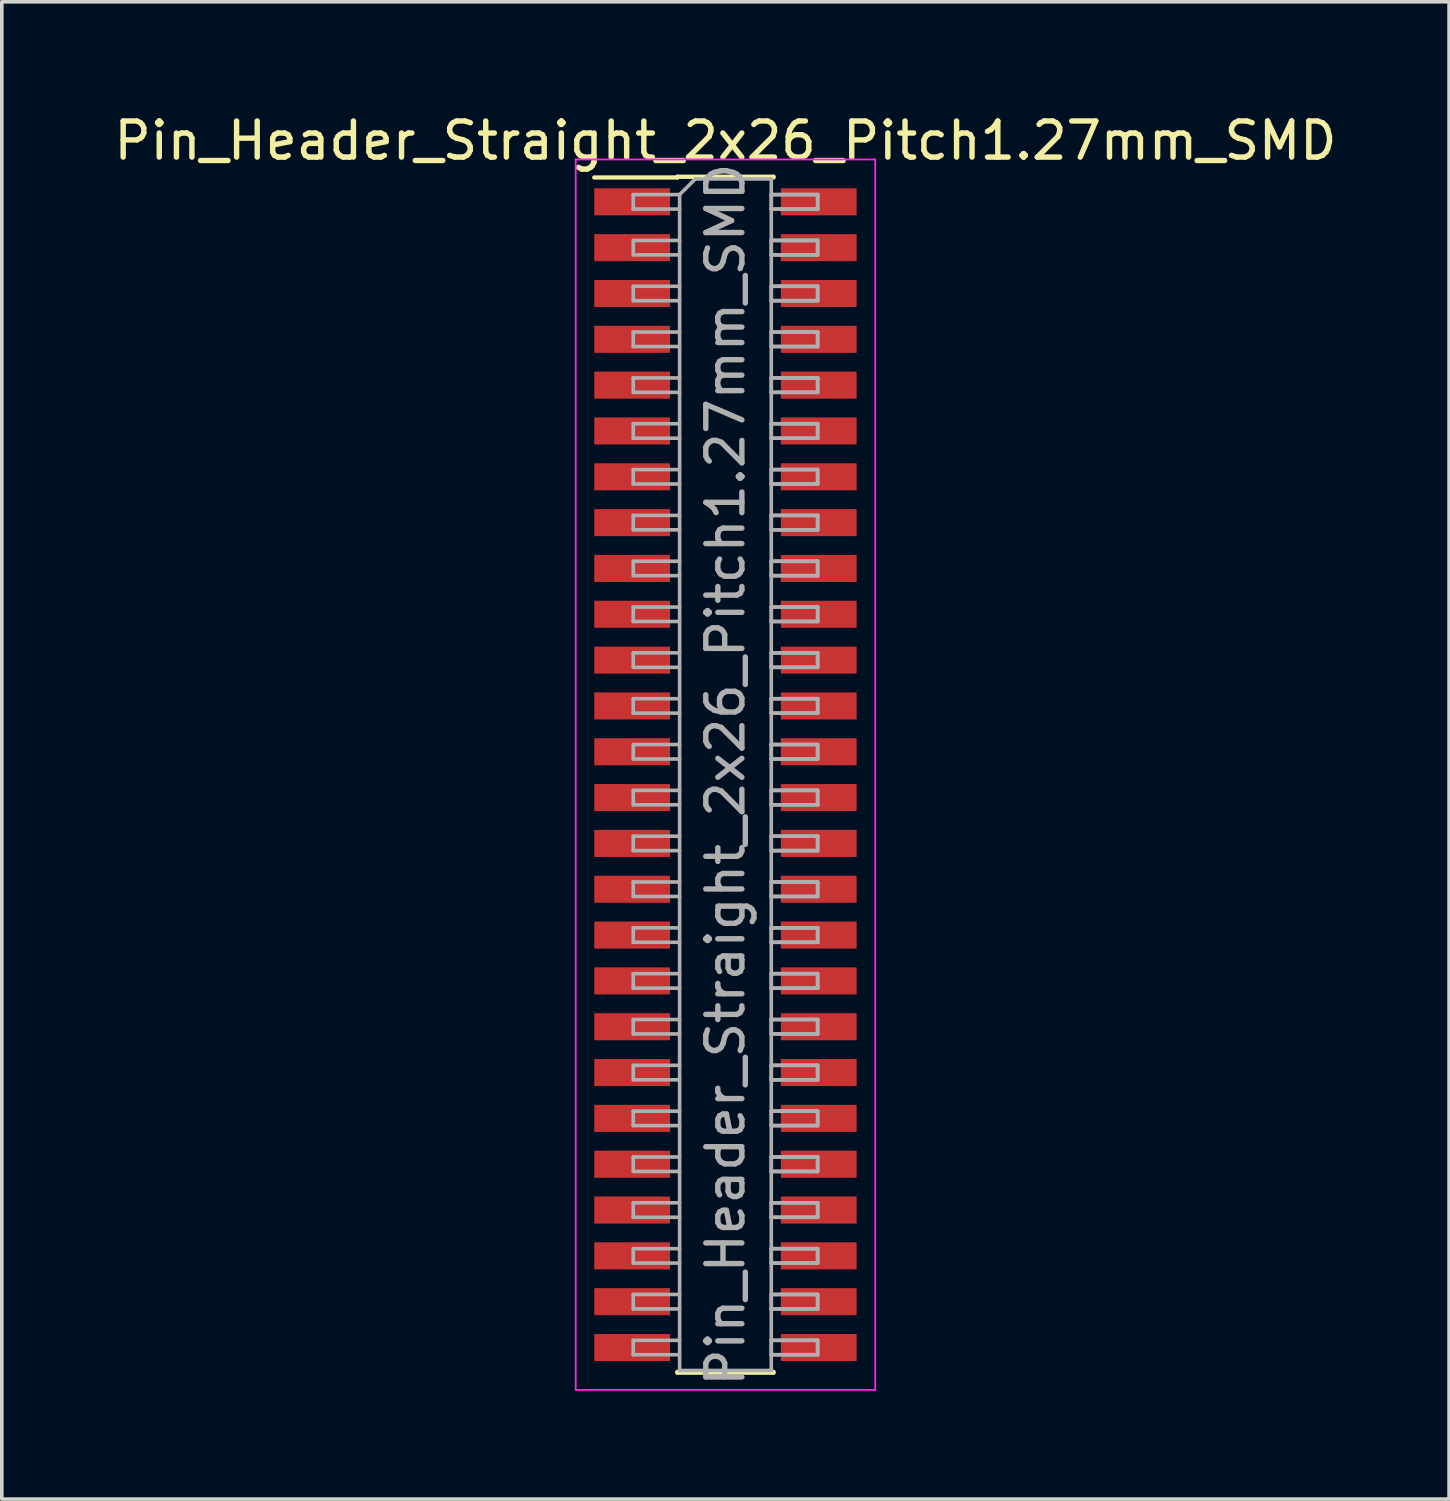
<source format=kicad_pcb>
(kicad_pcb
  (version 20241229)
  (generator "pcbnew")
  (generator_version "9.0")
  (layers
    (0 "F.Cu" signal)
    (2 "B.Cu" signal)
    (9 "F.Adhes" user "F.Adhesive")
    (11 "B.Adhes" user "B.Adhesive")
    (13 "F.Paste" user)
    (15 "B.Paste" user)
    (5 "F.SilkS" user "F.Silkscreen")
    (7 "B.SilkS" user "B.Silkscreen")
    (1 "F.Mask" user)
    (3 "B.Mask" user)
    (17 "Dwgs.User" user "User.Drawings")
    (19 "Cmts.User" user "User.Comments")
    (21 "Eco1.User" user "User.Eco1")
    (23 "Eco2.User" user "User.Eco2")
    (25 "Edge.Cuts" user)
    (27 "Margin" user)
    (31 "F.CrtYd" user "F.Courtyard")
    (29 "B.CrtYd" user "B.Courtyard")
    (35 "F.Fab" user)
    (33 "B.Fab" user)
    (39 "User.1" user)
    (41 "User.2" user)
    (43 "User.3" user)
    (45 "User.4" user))
  (footprint "Pin_Header_Straight_2x26_Pitch1.27mm_SMD"
    (layer "F.Cu")
    (at 17.054 18.418)
    (property "Reference" "Pin_Header_Straight_2x26_Pitch1.27mm_SMD" (at 0 -17.57 0) (layer "F.SilkS") (effects (font (size 1 1) (thickness 0.15))))
    (attr smd)
    (fp_line (start -3.635 -16.55) (end -1.33 -16.55) (stroke (width 0.12) (type solid)) (layer "F.SilkS"))
    (fp_line (start -1.33 -16.57) (end 1.33 -16.57) (stroke (width 0.12) (type solid)) (layer "F.SilkS"))
    (fp_line (start -1.33 -16.55) (end -1.33 -16.57) (stroke (width 0.12) (type solid)) (layer "F.SilkS"))
    (fp_line (start -1.33 16.55) (end -1.33 16.57) (stroke (width 0.12) (type solid)) (layer "F.SilkS"))
    (fp_line (start -1.33 16.57) (end 1.33 16.57) (stroke (width 0.12) (type solid)) (layer "F.SilkS"))
    (fp_line (start 1.33 -16.57) (end 1.33 -16.55) (stroke (width 0.12) (type solid)) (layer "F.SilkS"))
    (fp_line (start 1.33 16.57) (end 1.33 16.55) (stroke (width 0.12) (type solid)) (layer "F.SilkS"))
    (fp_line (start -4.15 -17.05) (end -4.15 17.05) (stroke (width 0.05) (type solid)) (layer "F.CrtYd"))
    (fp_line (start -4.15 17.05) (end 4.15 17.05) (stroke (width 0.05) (type solid)) (layer "F.CrtYd"))
    (fp_line (start 4.15 -17.05) (end -4.15 -17.05) (stroke (width 0.05) (type solid)) (layer "F.CrtYd"))
    (fp_line (start 4.15 17.05) (end 4.15 -17.05) (stroke (width 0.05) (type solid)) (layer "F.CrtYd"))
    (fp_line (start -2.555 -16.075) (end -2.555 -15.675) (stroke (width 0.1) (type solid)) (layer "F.Fab"))
    (fp_line (start -2.555 -15.675) (end -1.27 -15.675) (stroke (width 0.1) (type solid)) (layer "F.Fab"))
    (fp_line (start -2.555 -14.805) (end -2.555 -14.405) (stroke (width 0.1) (type solid)) (layer "F.Fab"))
    (fp_line (start -2.555 -14.405) (end -1.27 -14.405) (stroke (width 0.1) (type solid)) (layer "F.Fab"))
    (fp_line (start -2.555 -13.535) (end -2.555 -13.135) (stroke (width 0.1) (type solid)) (layer "F.Fab"))
    (fp_line (start -2.555 -13.135) (end -1.27 -13.135) (stroke (width 0.1) (type solid)) (layer "F.Fab"))
    (fp_line (start -2.555 -12.265) (end -2.555 -11.865) (stroke (width 0.1) (type solid)) (layer "F.Fab"))
    (fp_line (start -2.555 -11.865) (end -1.27 -11.865) (stroke (width 0.1) (type solid)) (layer "F.Fab"))
    (fp_line (start -2.555 -10.995) (end -2.555 -10.595) (stroke (width 0.1) (type solid)) (layer "F.Fab"))
    (fp_line (start -2.555 -10.595) (end -1.27 -10.595) (stroke (width 0.1) (type solid)) (layer "F.Fab"))
    (fp_line (start -2.555 -9.725) (end -2.555 -9.325) (stroke (width 0.1) (type solid)) (layer "F.Fab"))
    (fp_line (start -2.555 -9.325) (end -1.27 -9.325) (stroke (width 0.1) (type solid)) (layer "F.Fab"))
    (fp_line (start -2.555 -8.455) (end -2.555 -8.055) (stroke (width 0.1) (type solid)) (layer "F.Fab"))
    (fp_line (start -2.555 -8.055) (end -1.27 -8.055) (stroke (width 0.1) (type solid)) (layer "F.Fab"))
    (fp_line (start -2.555 -7.185) (end -2.555 -6.785) (stroke (width 0.1) (type solid)) (layer "F.Fab"))
    (fp_line (start -2.555 -6.785) (end -1.27 -6.785) (stroke (width 0.1) (type solid)) (layer "F.Fab"))
    (fp_line (start -2.555 -5.915) (end -2.555 -5.515) (stroke (width 0.1) (type solid)) (layer "F.Fab"))
    (fp_line (start -2.555 -5.515) (end -1.27 -5.515) (stroke (width 0.1) (type solid)) (layer "F.Fab"))
    (fp_line (start -2.555 -4.645) (end -2.555 -4.245) (stroke (width 0.1) (type solid)) (layer "F.Fab"))
    (fp_line (start -2.555 -4.245) (end -1.27 -4.245) (stroke (width 0.1) (type solid)) (layer "F.Fab"))
    (fp_line (start -2.555 -3.375) (end -2.555 -2.975) (stroke (width 0.1) (type solid)) (layer "F.Fab"))
    (fp_line (start -2.555 -2.975) (end -1.27 -2.975) (stroke (width 0.1) (type solid)) (layer "F.Fab"))
    (fp_line (start -2.555 -2.105) (end -2.555 -1.705) (stroke (width 0.1) (type solid)) (layer "F.Fab"))
    (fp_line (start -2.555 -1.705) (end -1.27 -1.705) (stroke (width 0.1) (type solid)) (layer "F.Fab"))
    (fp_line (start -2.555 -0.835) (end -2.555 -0.435) (stroke (width 0.1) (type solid)) (layer "F.Fab"))
    (fp_line (start -2.555 -0.435) (end -1.27 -0.435) (stroke (width 0.1) (type solid)) (layer "F.Fab"))
    (fp_line (start -2.555 0.435) (end -2.555 0.835) (stroke (width 0.1) (type solid)) (layer "F.Fab"))
    (fp_line (start -2.555 0.835) (end -1.27 0.835) (stroke (width 0.1) (type solid)) (layer "F.Fab"))
    (fp_line (start -2.555 1.705) (end -2.555 2.105) (stroke (width 0.1) (type solid)) (layer "F.Fab"))
    (fp_line (start -2.555 2.105) (end -1.27 2.105) (stroke (width 0.1) (type solid)) (layer "F.Fab"))
    (fp_line (start -2.555 2.975) (end -2.555 3.375) (stroke (width 0.1) (type solid)) (layer "F.Fab"))
    (fp_line (start -2.555 3.375) (end -1.27 3.375) (stroke (width 0.1) (type solid)) (layer "F.Fab"))
    (fp_line (start -2.555 4.245) (end -2.555 4.645) (stroke (width 0.1) (type solid)) (layer "F.Fab"))
    (fp_line (start -2.555 4.645) (end -1.27 4.645) (stroke (width 0.1) (type solid)) (layer "F.Fab"))
    (fp_line (start -2.555 5.515) (end -2.555 5.915) (stroke (width 0.1) (type solid)) (layer "F.Fab"))
    (fp_line (start -2.555 5.915) (end -1.27 5.915) (stroke (width 0.1) (type solid)) (layer "F.Fab"))
    (fp_line (start -2.555 6.785) (end -2.555 7.185) (stroke (width 0.1) (type solid)) (layer "F.Fab"))
    (fp_line (start -2.555 7.185) (end -1.27 7.185) (stroke (width 0.1) (type solid)) (layer "F.Fab"))
    (fp_line (start -2.555 8.055) (end -2.555 8.455) (stroke (width 0.1) (type solid)) (layer "F.Fab"))
    (fp_line (start -2.555 8.455) (end -1.27 8.455) (stroke (width 0.1) (type solid)) (layer "F.Fab"))
    (fp_line (start -2.555 9.325) (end -2.555 9.725) (stroke (width 0.1) (type solid)) (layer "F.Fab"))
    (fp_line (start -2.555 9.725) (end -1.27 9.725) (stroke (width 0.1) (type solid)) (layer "F.Fab"))
    (fp_line (start -2.555 10.595) (end -2.555 10.995) (stroke (width 0.1) (type solid)) (layer "F.Fab"))
    (fp_line (start -2.555 10.995) (end -1.27 10.995) (stroke (width 0.1) (type solid)) (layer "F.Fab"))
    (fp_line (start -2.555 11.865) (end -2.555 12.265) (stroke (width 0.1) (type solid)) (layer "F.Fab"))
    (fp_line (start -2.555 12.265) (end -1.27 12.265) (stroke (width 0.1) (type solid)) (layer "F.Fab"))
    (fp_line (start -2.555 13.135) (end -2.555 13.535) (stroke (width 0.1) (type solid)) (layer "F.Fab"))
    (fp_line (start -2.555 13.535) (end -1.27 13.535) (stroke (width 0.1) (type solid)) (layer "F.Fab"))
    (fp_line (start -2.555 14.405) (end -2.555 14.805) (stroke (width 0.1) (type solid)) (layer "F.Fab"))
    (fp_line (start -2.555 14.805) (end -1.27 14.805) (stroke (width 0.1) (type solid)) (layer "F.Fab"))
    (fp_line (start -2.555 15.675) (end -2.555 16.075) (stroke (width 0.1) (type solid)) (layer "F.Fab"))
    (fp_line (start -2.555 16.075) (end -1.27 16.075) (stroke (width 0.1) (type solid)) (layer "F.Fab"))
    (fp_line (start -1.27 -16.075) (end -2.555 -16.075) (stroke (width 0.1) (type solid)) (layer "F.Fab"))
    (fp_line (start -1.27 -16.075) (end -0.835 -16.51) (stroke (width 0.1) (type solid)) (layer "F.Fab"))
    (fp_line (start -1.27 -14.805) (end -2.555 -14.805) (stroke (width 0.1) (type solid)) (layer "F.Fab"))
    (fp_line (start -1.27 -13.535) (end -2.555 -13.535) (stroke (width 0.1) (type solid)) (layer "F.Fab"))
    (fp_line (start -1.27 -12.265) (end -2.555 -12.265) (stroke (width 0.1) (type solid)) (layer "F.Fab"))
    (fp_line (start -1.27 -10.995) (end -2.555 -10.995) (stroke (width 0.1) (type solid)) (layer "F.Fab"))
    (fp_line (start -1.27 -9.725) (end -2.555 -9.725) (stroke (width 0.1) (type solid)) (layer "F.Fab"))
    (fp_line (start -1.27 -8.455) (end -2.555 -8.455) (stroke (width 0.1) (type solid)) (layer "F.Fab"))
    (fp_line (start -1.27 -7.185) (end -2.555 -7.185) (stroke (width 0.1) (type solid)) (layer "F.Fab"))
    (fp_line (start -1.27 -5.915) (end -2.555 -5.915) (stroke (width 0.1) (type solid)) (layer "F.Fab"))
    (fp_line (start -1.27 -4.645) (end -2.555 -4.645) (stroke (width 0.1) (type solid)) (layer "F.Fab"))
    (fp_line (start -1.27 -3.375) (end -2.555 -3.375) (stroke (width 0.1) (type solid)) (layer "F.Fab"))
    (fp_line (start -1.27 -2.105) (end -2.555 -2.105) (stroke (width 0.1) (type solid)) (layer "F.Fab"))
    (fp_line (start -1.27 -0.835) (end -2.555 -0.835) (stroke (width 0.1) (type solid)) (layer "F.Fab"))
    (fp_line (start -1.27 0.435) (end -2.555 0.435) (stroke (width 0.1) (type solid)) (layer "F.Fab"))
    (fp_line (start -1.27 1.705) (end -2.555 1.705) (stroke (width 0.1) (type solid)) (layer "F.Fab"))
    (fp_line (start -1.27 2.975) (end -2.555 2.975) (stroke (width 0.1) (type solid)) (layer "F.Fab"))
    (fp_line (start -1.27 4.245) (end -2.555 4.245) (stroke (width 0.1) (type solid)) (layer "F.Fab"))
    (fp_line (start -1.27 5.515) (end -2.555 5.515) (stroke (width 0.1) (type solid)) (layer "F.Fab"))
    (fp_line (start -1.27 6.785) (end -2.555 6.785) (stroke (width 0.1) (type solid)) (layer "F.Fab"))
    (fp_line (start -1.27 8.055) (end -2.555 8.055) (stroke (width 0.1) (type solid)) (layer "F.Fab"))
    (fp_line (start -1.27 9.325) (end -2.555 9.325) (stroke (width 0.1) (type solid)) (layer "F.Fab"))
    (fp_line (start -1.27 10.595) (end -2.555 10.595) (stroke (width 0.1) (type solid)) (layer "F.Fab"))
    (fp_line (start -1.27 11.865) (end -2.555 11.865) (stroke (width 0.1) (type solid)) (layer "F.Fab"))
    (fp_line (start -1.27 13.135) (end -2.555 13.135) (stroke (width 0.1) (type solid)) (layer "F.Fab"))
    (fp_line (start -1.27 14.405) (end -2.555 14.405) (stroke (width 0.1) (type solid)) (layer "F.Fab"))
    (fp_line (start -1.27 15.675) (end -2.555 15.675) (stroke (width 0.1) (type solid)) (layer "F.Fab"))
    (fp_line (start -1.27 16.51) (end -1.27 -16.075) (stroke (width 0.1) (type solid)) (layer "F.Fab"))
    (fp_line (start -0.835 -16.51) (end 1.27 -16.51) (stroke (width 0.1) (type solid)) (layer "F.Fab"))
    (fp_line (start 1.27 -16.51) (end 1.27 16.51) (stroke (width 0.1) (type solid)) (layer "F.Fab"))
    (fp_line (start 1.27 -16.075) (end 1.27 -15.675) (stroke (width 0.1) (type solid)) (layer "F.Fab"))
    (fp_line (start 1.27 -16.075) (end 2.555 -16.075) (stroke (width 0.1) (type solid)) (layer "F.Fab"))
    (fp_line (start 1.27 -15.675) (end 2.555 -15.675) (stroke (width 0.1) (type solid)) (layer "F.Fab"))
    (fp_line (start 1.27 -14.805) (end 1.27 -14.405) (stroke (width 0.1) (type solid)) (layer "F.Fab"))
    (fp_line (start 1.27 -14.805) (end 2.555 -14.805) (stroke (width 0.1) (type solid)) (layer "F.Fab"))
    (fp_line (start 1.27 -14.405) (end 2.555 -14.405) (stroke (width 0.1) (type solid)) (layer "F.Fab"))
    (fp_line (start 1.27 -13.535) (end 1.27 -13.135) (stroke (width 0.1) (type solid)) (layer "F.Fab"))
    (fp_line (start 1.27 -13.535) (end 2.555 -13.535) (stroke (width 0.1) (type solid)) (layer "F.Fab"))
    (fp_line (start 1.27 -13.135) (end 2.555 -13.135) (stroke (width 0.1) (type solid)) (layer "F.Fab"))
    (fp_line (start 1.27 -12.265) (end 1.27 -11.865) (stroke (width 0.1) (type solid)) (layer "F.Fab"))
    (fp_line (start 1.27 -12.265) (end 2.555 -12.265) (stroke (width 0.1) (type solid)) (layer "F.Fab"))
    (fp_line (start 1.27 -11.865) (end 2.555 -11.865) (stroke (width 0.1) (type solid)) (layer "F.Fab"))
    (fp_line (start 1.27 -10.995) (end 1.27 -10.595) (stroke (width 0.1) (type solid)) (layer "F.Fab"))
    (fp_line (start 1.27 -10.995) (end 2.555 -10.995) (stroke (width 0.1) (type solid)) (layer "F.Fab"))
    (fp_line (start 1.27 -10.595) (end 2.555 -10.595) (stroke (width 0.1) (type solid)) (layer "F.Fab"))
    (fp_line (start 1.27 -9.725) (end 1.27 -9.325) (stroke (width 0.1) (type solid)) (layer "F.Fab"))
    (fp_line (start 1.27 -9.725) (end 2.555 -9.725) (stroke (width 0.1) (type solid)) (layer "F.Fab"))
    (fp_line (start 1.27 -9.325) (end 2.555 -9.325) (stroke (width 0.1) (type solid)) (layer "F.Fab"))
    (fp_line (start 1.27 -8.455) (end 1.27 -8.055) (stroke (width 0.1) (type solid)) (layer "F.Fab"))
    (fp_line (start 1.27 -8.455) (end 2.555 -8.455) (stroke (width 0.1) (type solid)) (layer "F.Fab"))
    (fp_line (start 1.27 -8.055) (end 2.555 -8.055) (stroke (width 0.1) (type solid)) (layer "F.Fab"))
    (fp_line (start 1.27 -7.185) (end 1.27 -6.785) (stroke (width 0.1) (type solid)) (layer "F.Fab"))
    (fp_line (start 1.27 -7.185) (end 2.555 -7.185) (stroke (width 0.1) (type solid)) (layer "F.Fab"))
    (fp_line (start 1.27 -6.785) (end 2.555 -6.785) (stroke (width 0.1) (type solid)) (layer "F.Fab"))
    (fp_line (start 1.27 -5.915) (end 1.27 -5.515) (stroke (width 0.1) (type solid)) (layer "F.Fab"))
    (fp_line (start 1.27 -5.915) (end 2.555 -5.915) (stroke (width 0.1) (type solid)) (layer "F.Fab"))
    (fp_line (start 1.27 -5.515) (end 2.555 -5.515) (stroke (width 0.1) (type solid)) (layer "F.Fab"))
    (fp_line (start 1.27 -4.645) (end 1.27 -4.245) (stroke (width 0.1) (type solid)) (layer "F.Fab"))
    (fp_line (start 1.27 -4.645) (end 2.555 -4.645) (stroke (width 0.1) (type solid)) (layer "F.Fab"))
    (fp_line (start 1.27 -4.245) (end 2.555 -4.245) (stroke (width 0.1) (type solid)) (layer "F.Fab"))
    (fp_line (start 1.27 -3.375) (end 1.27 -2.975) (stroke (width 0.1) (type solid)) (layer "F.Fab"))
    (fp_line (start 1.27 -3.375) (end 2.555 -3.375) (stroke (width 0.1) (type solid)) (layer "F.Fab"))
    (fp_line (start 1.27 -2.975) (end 2.555 -2.975) (stroke (width 0.1) (type solid)) (layer "F.Fab"))
    (fp_line (start 1.27 -2.105) (end 1.27 -1.705) (stroke (width 0.1) (type solid)) (layer "F.Fab"))
    (fp_line (start 1.27 -2.105) (end 2.555 -2.105) (stroke (width 0.1) (type solid)) (layer "F.Fab"))
    (fp_line (start 1.27 -1.705) (end 2.555 -1.705) (stroke (width 0.1) (type solid)) (layer "F.Fab"))
    (fp_line (start 1.27 -0.835) (end 1.27 -0.435) (stroke (width 0.1) (type solid)) (layer "F.Fab"))
    (fp_line (start 1.27 -0.835) (end 2.555 -0.835) (stroke (width 0.1) (type solid)) (layer "F.Fab"))
    (fp_line (start 1.27 -0.435) (end 2.555 -0.435) (stroke (width 0.1) (type solid)) (layer "F.Fab"))
    (fp_line (start 1.27 0.435) (end 1.27 0.835) (stroke (width 0.1) (type solid)) (layer "F.Fab"))
    (fp_line (start 1.27 0.435) (end 2.555 0.435) (stroke (width 0.1) (type solid)) (layer "F.Fab"))
    (fp_line (start 1.27 0.835) (end 2.555 0.835) (stroke (width 0.1) (type solid)) (layer "F.Fab"))
    (fp_line (start 1.27 1.705) (end 1.27 2.105) (stroke (width 0.1) (type solid)) (layer "F.Fab"))
    (fp_line (start 1.27 1.705) (end 2.555 1.705) (stroke (width 0.1) (type solid)) (layer "F.Fab"))
    (fp_line (start 1.27 2.105) (end 2.555 2.105) (stroke (width 0.1) (type solid)) (layer "F.Fab"))
    (fp_line (start 1.27 2.975) (end 1.27 3.375) (stroke (width 0.1) (type solid)) (layer "F.Fab"))
    (fp_line (start 1.27 2.975) (end 2.555 2.975) (stroke (width 0.1) (type solid)) (layer "F.Fab"))
    (fp_line (start 1.27 3.375) (end 2.555 3.375) (stroke (width 0.1) (type solid)) (layer "F.Fab"))
    (fp_line (start 1.27 4.245) (end 1.27 4.645) (stroke (width 0.1) (type solid)) (layer "F.Fab"))
    (fp_line (start 1.27 4.245) (end 2.555 4.245) (stroke (width 0.1) (type solid)) (layer "F.Fab"))
    (fp_line (start 1.27 4.645) (end 2.555 4.645) (stroke (width 0.1) (type solid)) (layer "F.Fab"))
    (fp_line (start 1.27 5.515) (end 1.27 5.915) (stroke (width 0.1) (type solid)) (layer "F.Fab"))
    (fp_line (start 1.27 5.515) (end 2.555 5.515) (stroke (width 0.1) (type solid)) (layer "F.Fab"))
    (fp_line (start 1.27 5.915) (end 2.555 5.915) (stroke (width 0.1) (type solid)) (layer "F.Fab"))
    (fp_line (start 1.27 6.785) (end 1.27 7.185) (stroke (width 0.1) (type solid)) (layer "F.Fab"))
    (fp_line (start 1.27 6.785) (end 2.555 6.785) (stroke (width 0.1) (type solid)) (layer "F.Fab"))
    (fp_line (start 1.27 7.185) (end 2.555 7.185) (stroke (width 0.1) (type solid)) (layer "F.Fab"))
    (fp_line (start 1.27 8.055) (end 1.27 8.455) (stroke (width 0.1) (type solid)) (layer "F.Fab"))
    (fp_line (start 1.27 8.055) (end 2.555 8.055) (stroke (width 0.1) (type solid)) (layer "F.Fab"))
    (fp_line (start 1.27 8.455) (end 2.555 8.455) (stroke (width 0.1) (type solid)) (layer "F.Fab"))
    (fp_line (start 1.27 9.325) (end 1.27 9.725) (stroke (width 0.1) (type solid)) (layer "F.Fab"))
    (fp_line (start 1.27 9.325) (end 2.555 9.325) (stroke (width 0.1) (type solid)) (layer "F.Fab"))
    (fp_line (start 1.27 9.725) (end 2.555 9.725) (stroke (width 0.1) (type solid)) (layer "F.Fab"))
    (fp_line (start 1.27 10.595) (end 1.27 10.995) (stroke (width 0.1) (type solid)) (layer "F.Fab"))
    (fp_line (start 1.27 10.595) (end 2.555 10.595) (stroke (width 0.1) (type solid)) (layer "F.Fab"))
    (fp_line (start 1.27 10.995) (end 2.555 10.995) (stroke (width 0.1) (type solid)) (layer "F.Fab"))
    (fp_line (start 1.27 11.865) (end 1.27 12.265) (stroke (width 0.1) (type solid)) (layer "F.Fab"))
    (fp_line (start 1.27 11.865) (end 2.555 11.865) (stroke (width 0.1) (type solid)) (layer "F.Fab"))
    (fp_line (start 1.27 12.265) (end 2.555 12.265) (stroke (width 0.1) (type solid)) (layer "F.Fab"))
    (fp_line (start 1.27 13.135) (end 1.27 13.535) (stroke (width 0.1) (type solid)) (layer "F.Fab"))
    (fp_line (start 1.27 13.135) (end 2.555 13.135) (stroke (width 0.1) (type solid)) (layer "F.Fab"))
    (fp_line (start 1.27 13.535) (end 2.555 13.535) (stroke (width 0.1) (type solid)) (layer "F.Fab"))
    (fp_line (start 1.27 14.405) (end 1.27 14.805) (stroke (width 0.1) (type solid)) (layer "F.Fab"))
    (fp_line (start 1.27 14.405) (end 2.555 14.405) (stroke (width 0.1) (type solid)) (layer "F.Fab"))
    (fp_line (start 1.27 14.805) (end 2.555 14.805) (stroke (width 0.1) (type solid)) (layer "F.Fab"))
    (fp_line (start 1.27 15.675) (end 1.27 16.075) (stroke (width 0.1) (type solid)) (layer "F.Fab"))
    (fp_line (start 1.27 15.675) (end 2.555 15.675) (stroke (width 0.1) (type solid)) (layer "F.Fab"))
    (fp_line (start 1.27 16.075) (end 2.555 16.075) (stroke (width 0.1) (type solid)) (layer "F.Fab"))
    (fp_line (start 1.27 16.51) (end -1.27 16.51) (stroke (width 0.1) (type solid)) (layer "F.Fab"))
    (fp_line (start 2.555 -16.075) (end 1.27 -16.075) (stroke (width 0.1) (type solid)) (layer "F.Fab"))
    (fp_line (start 2.555 -16.075) (end 2.555 -15.675) (stroke (width 0.1) (type solid)) (layer "F.Fab"))
    (fp_line (start 2.555 -15.675) (end 1.27 -15.675) (stroke (width 0.1) (type solid)) (layer "F.Fab"))
    (fp_line (start 2.555 -15.675) (end 2.555 -16.075) (stroke (width 0.1) (type solid)) (layer "F.Fab"))
    (fp_line (start 2.555 -14.805) (end 1.27 -14.805) (stroke (width 0.1) (type solid)) (layer "F.Fab"))
    (fp_line (start 2.555 -14.805) (end 2.555 -14.405) (stroke (width 0.1) (type solid)) (layer "F.Fab"))
    (fp_line (start 2.555 -14.405) (end 1.27 -14.405) (stroke (width 0.1) (type solid)) (layer "F.Fab"))
    (fp_line (start 2.555 -14.405) (end 2.555 -14.805) (stroke (width 0.1) (type solid)) (layer "F.Fab"))
    (fp_line (start 2.555 -13.535) (end 1.27 -13.535) (stroke (width 0.1) (type solid)) (layer "F.Fab"))
    (fp_line (start 2.555 -13.535) (end 2.555 -13.135) (stroke (width 0.1) (type solid)) (layer "F.Fab"))
    (fp_line (start 2.555 -13.135) (end 1.27 -13.135) (stroke (width 0.1) (type solid)) (layer "F.Fab"))
    (fp_line (start 2.555 -13.135) (end 2.555 -13.535) (stroke (width 0.1) (type solid)) (layer "F.Fab"))
    (fp_line (start 2.555 -12.265) (end 1.27 -12.265) (stroke (width 0.1) (type solid)) (layer "F.Fab"))
    (fp_line (start 2.555 -12.265) (end 2.555 -11.865) (stroke (width 0.1) (type solid)) (layer "F.Fab"))
    (fp_line (start 2.555 -11.865) (end 1.27 -11.865) (stroke (width 0.1) (type solid)) (layer "F.Fab"))
    (fp_line (start 2.555 -11.865) (end 2.555 -12.265) (stroke (width 0.1) (type solid)) (layer "F.Fab"))
    (fp_line (start 2.555 -10.995) (end 1.27 -10.995) (stroke (width 0.1) (type solid)) (layer "F.Fab"))
    (fp_line (start 2.555 -10.995) (end 2.555 -10.595) (stroke (width 0.1) (type solid)) (layer "F.Fab"))
    (fp_line (start 2.555 -10.595) (end 1.27 -10.595) (stroke (width 0.1) (type solid)) (layer "F.Fab"))
    (fp_line (start 2.555 -10.595) (end 2.555 -10.995) (stroke (width 0.1) (type solid)) (layer "F.Fab"))
    (fp_line (start 2.555 -9.725) (end 1.27 -9.725) (stroke (width 0.1) (type solid)) (layer "F.Fab"))
    (fp_line (start 2.555 -9.725) (end 2.555 -9.325) (stroke (width 0.1) (type solid)) (layer "F.Fab"))
    (fp_line (start 2.555 -9.325) (end 1.27 -9.325) (stroke (width 0.1) (type solid)) (layer "F.Fab"))
    (fp_line (start 2.555 -9.325) (end 2.555 -9.725) (stroke (width 0.1) (type solid)) (layer "F.Fab"))
    (fp_line (start 2.555 -8.455) (end 1.27 -8.455) (stroke (width 0.1) (type solid)) (layer "F.Fab"))
    (fp_line (start 2.555 -8.455) (end 2.555 -8.055) (stroke (width 0.1) (type solid)) (layer "F.Fab"))
    (fp_line (start 2.555 -8.055) (end 1.27 -8.055) (stroke (width 0.1) (type solid)) (layer "F.Fab"))
    (fp_line (start 2.555 -8.055) (end 2.555 -8.455) (stroke (width 0.1) (type solid)) (layer "F.Fab"))
    (fp_line (start 2.555 -7.185) (end 1.27 -7.185) (stroke (width 0.1) (type solid)) (layer "F.Fab"))
    (fp_line (start 2.555 -7.185) (end 2.555 -6.785) (stroke (width 0.1) (type solid)) (layer "F.Fab"))
    (fp_line (start 2.555 -6.785) (end 1.27 -6.785) (stroke (width 0.1) (type solid)) (layer "F.Fab"))
    (fp_line (start 2.555 -6.785) (end 2.555 -7.185) (stroke (width 0.1) (type solid)) (layer "F.Fab"))
    (fp_line (start 2.555 -5.915) (end 1.27 -5.915) (stroke (width 0.1) (type solid)) (layer "F.Fab"))
    (fp_line (start 2.555 -5.915) (end 2.555 -5.515) (stroke (width 0.1) (type solid)) (layer "F.Fab"))
    (fp_line (start 2.555 -5.515) (end 1.27 -5.515) (stroke (width 0.1) (type solid)) (layer "F.Fab"))
    (fp_line (start 2.555 -5.515) (end 2.555 -5.915) (stroke (width 0.1) (type solid)) (layer "F.Fab"))
    (fp_line (start 2.555 -4.645) (end 1.27 -4.645) (stroke (width 0.1) (type solid)) (layer "F.Fab"))
    (fp_line (start 2.555 -4.645) (end 2.555 -4.245) (stroke (width 0.1) (type solid)) (layer "F.Fab"))
    (fp_line (start 2.555 -4.245) (end 1.27 -4.245) (stroke (width 0.1) (type solid)) (layer "F.Fab"))
    (fp_line (start 2.555 -4.245) (end 2.555 -4.645) (stroke (width 0.1) (type solid)) (layer "F.Fab"))
    (fp_line (start 2.555 -3.375) (end 1.27 -3.375) (stroke (width 0.1) (type solid)) (layer "F.Fab"))
    (fp_line (start 2.555 -3.375) (end 2.555 -2.975) (stroke (width 0.1) (type solid)) (layer "F.Fab"))
    (fp_line (start 2.555 -2.975) (end 1.27 -2.975) (stroke (width 0.1) (type solid)) (layer "F.Fab"))
    (fp_line (start 2.555 -2.975) (end 2.555 -3.375) (stroke (width 0.1) (type solid)) (layer "F.Fab"))
    (fp_line (start 2.555 -2.105) (end 1.27 -2.105) (stroke (width 0.1) (type solid)) (layer "F.Fab"))
    (fp_line (start 2.555 -2.105) (end 2.555 -1.705) (stroke (width 0.1) (type solid)) (layer "F.Fab"))
    (fp_line (start 2.555 -1.705) (end 1.27 -1.705) (stroke (width 0.1) (type solid)) (layer "F.Fab"))
    (fp_line (start 2.555 -1.705) (end 2.555 -2.105) (stroke (width 0.1) (type solid)) (layer "F.Fab"))
    (fp_line (start 2.555 -0.835) (end 1.27 -0.835) (stroke (width 0.1) (type solid)) (layer "F.Fab"))
    (fp_line (start 2.555 -0.835) (end 2.555 -0.435) (stroke (width 0.1) (type solid)) (layer "F.Fab"))
    (fp_line (start 2.555 -0.435) (end 1.27 -0.435) (stroke (width 0.1) (type solid)) (layer "F.Fab"))
    (fp_line (start 2.555 -0.435) (end 2.555 -0.835) (stroke (width 0.1) (type solid)) (layer "F.Fab"))
    (fp_line (start 2.555 0.435) (end 1.27 0.435) (stroke (width 0.1) (type solid)) (layer "F.Fab"))
    (fp_line (start 2.555 0.435) (end 2.555 0.835) (stroke (width 0.1) (type solid)) (layer "F.Fab"))
    (fp_line (start 2.555 0.835) (end 1.27 0.835) (stroke (width 0.1) (type solid)) (layer "F.Fab"))
    (fp_line (start 2.555 0.835) (end 2.555 0.435) (stroke (width 0.1) (type solid)) (layer "F.Fab"))
    (fp_line (start 2.555 1.705) (end 1.27 1.705) (stroke (width 0.1) (type solid)) (layer "F.Fab"))
    (fp_line (start 2.555 1.705) (end 2.555 2.105) (stroke (width 0.1) (type solid)) (layer "F.Fab"))
    (fp_line (start 2.555 2.105) (end 1.27 2.105) (stroke (width 0.1) (type solid)) (layer "F.Fab"))
    (fp_line (start 2.555 2.105) (end 2.555 1.705) (stroke (width 0.1) (type solid)) (layer "F.Fab"))
    (fp_line (start 2.555 2.975) (end 1.27 2.975) (stroke (width 0.1) (type solid)) (layer "F.Fab"))
    (fp_line (start 2.555 2.975) (end 2.555 3.375) (stroke (width 0.1) (type solid)) (layer "F.Fab"))
    (fp_line (start 2.555 3.375) (end 1.27 3.375) (stroke (width 0.1) (type solid)) (layer "F.Fab"))
    (fp_line (start 2.555 3.375) (end 2.555 2.975) (stroke (width 0.1) (type solid)) (layer "F.Fab"))
    (fp_line (start 2.555 4.245) (end 1.27 4.245) (stroke (width 0.1) (type solid)) (layer "F.Fab"))
    (fp_line (start 2.555 4.245) (end 2.555 4.645) (stroke (width 0.1) (type solid)) (layer "F.Fab"))
    (fp_line (start 2.555 4.645) (end 1.27 4.645) (stroke (width 0.1) (type solid)) (layer "F.Fab"))
    (fp_line (start 2.555 4.645) (end 2.555 4.245) (stroke (width 0.1) (type solid)) (layer "F.Fab"))
    (fp_line (start 2.555 5.515) (end 1.27 5.515) (stroke (width 0.1) (type solid)) (layer "F.Fab"))
    (fp_line (start 2.555 5.515) (end 2.555 5.915) (stroke (width 0.1) (type solid)) (layer "F.Fab"))
    (fp_line (start 2.555 5.915) (end 1.27 5.915) (stroke (width 0.1) (type solid)) (layer "F.Fab"))
    (fp_line (start 2.555 5.915) (end 2.555 5.515) (stroke (width 0.1) (type solid)) (layer "F.Fab"))
    (fp_line (start 2.555 6.785) (end 1.27 6.785) (stroke (width 0.1) (type solid)) (layer "F.Fab"))
    (fp_line (start 2.555 6.785) (end 2.555 7.185) (stroke (width 0.1) (type solid)) (layer "F.Fab"))
    (fp_line (start 2.555 7.185) (end 1.27 7.185) (stroke (width 0.1) (type solid)) (layer "F.Fab"))
    (fp_line (start 2.555 7.185) (end 2.555 6.785) (stroke (width 0.1) (type solid)) (layer "F.Fab"))
    (fp_line (start 2.555 8.055) (end 1.27 8.055) (stroke (width 0.1) (type solid)) (layer "F.Fab"))
    (fp_line (start 2.555 8.055) (end 2.555 8.455) (stroke (width 0.1) (type solid)) (layer "F.Fab"))
    (fp_line (start 2.555 8.455) (end 1.27 8.455) (stroke (width 0.1) (type solid)) (layer "F.Fab"))
    (fp_line (start 2.555 8.455) (end 2.555 8.055) (stroke (width 0.1) (type solid)) (layer "F.Fab"))
    (fp_line (start 2.555 9.325) (end 1.27 9.325) (stroke (width 0.1) (type solid)) (layer "F.Fab"))
    (fp_line (start 2.555 9.325) (end 2.555 9.725) (stroke (width 0.1) (type solid)) (layer "F.Fab"))
    (fp_line (start 2.555 9.725) (end 1.27 9.725) (stroke (width 0.1) (type solid)) (layer "F.Fab"))
    (fp_line (start 2.555 9.725) (end 2.555 9.325) (stroke (width 0.1) (type solid)) (layer "F.Fab"))
    (fp_line (start 2.555 10.595) (end 1.27 10.595) (stroke (width 0.1) (type solid)) (layer "F.Fab"))
    (fp_line (start 2.555 10.595) (end 2.555 10.995) (stroke (width 0.1) (type solid)) (layer "F.Fab"))
    (fp_line (start 2.555 10.995) (end 1.27 10.995) (stroke (width 0.1) (type solid)) (layer "F.Fab"))
    (fp_line (start 2.555 10.995) (end 2.555 10.595) (stroke (width 0.1) (type solid)) (layer "F.Fab"))
    (fp_line (start 2.555 11.865) (end 1.27 11.865) (stroke (width 0.1) (type solid)) (layer "F.Fab"))
    (fp_line (start 2.555 11.865) (end 2.555 12.265) (stroke (width 0.1) (type solid)) (layer "F.Fab"))
    (fp_line (start 2.555 12.265) (end 1.27 12.265) (stroke (width 0.1) (type solid)) (layer "F.Fab"))
    (fp_line (start 2.555 12.265) (end 2.555 11.865) (stroke (width 0.1) (type solid)) (layer "F.Fab"))
    (fp_line (start 2.555 13.135) (end 1.27 13.135) (stroke (width 0.1) (type solid)) (layer "F.Fab"))
    (fp_line (start 2.555 13.135) (end 2.555 13.535) (stroke (width 0.1) (type solid)) (layer "F.Fab"))
    (fp_line (start 2.555 13.535) (end 1.27 13.535) (stroke (width 0.1) (type solid)) (layer "F.Fab"))
    (fp_line (start 2.555 13.535) (end 2.555 13.135) (stroke (width 0.1) (type solid)) (layer "F.Fab"))
    (fp_line (start 2.555 14.405) (end 1.27 14.405) (stroke (width 0.1) (type solid)) (layer "F.Fab"))
    (fp_line (start 2.555 14.405) (end 2.555 14.805) (stroke (width 0.1) (type solid)) (layer "F.Fab"))
    (fp_line (start 2.555 14.805) (end 1.27 14.805) (stroke (width 0.1) (type solid)) (layer "F.Fab"))
    (fp_line (start 2.555 14.805) (end 2.555 14.405) (stroke (width 0.1) (type solid)) (layer "F.Fab"))
    (fp_line (start 2.555 15.675) (end 1.27 15.675) (stroke (width 0.1) (type solid)) (layer "F.Fab"))
    (fp_line (start 2.555 15.675) (end 2.555 16.075) (stroke (width 0.1) (type solid)) (layer "F.Fab"))
    (fp_line (start 2.555 16.075) (end 1.27 16.075) (stroke (width 0.1) (type solid)) (layer "F.Fab"))
    (fp_line (start 2.555 16.075) (end 2.555 15.675) (stroke (width 0.1) (type solid)) (layer "F.Fab"))
    (fp_text user "${REFERENCE}" (at 0 0 90) (layer "F.Fab") (effects (font (size 1 1) (thickness 0.15))))
    (pad "1" smd rect (at -2.585 -15.875) (size 2.1 0.75) (layers "F.Cu" "F.Mask"))
    (pad "2" smd rect (at 2.585 -15.875) (size 2.1 0.75) (layers "F.Cu" "F.Mask"))
    (pad "3" smd rect (at -2.585 -14.605) (size 2.1 0.75) (layers "F.Cu" "F.Mask"))
    (pad "4" smd rect (at 2.585 -14.605) (size 2.1 0.75) (layers "F.Cu" "F.Mask"))
    (pad "5" smd rect (at -2.585 -13.335) (size 2.1 0.75) (layers "F.Cu" "F.Mask"))
    (pad "6" smd rect (at 2.585 -13.335) (size 2.1 0.75) (layers "F.Cu" "F.Mask"))
    (pad "7" smd rect (at -2.585 -12.065) (size 2.1 0.75) (layers "F.Cu" "F.Mask"))
    (pad "8" smd rect (at 2.585 -12.065) (size 2.1 0.75) (layers "F.Cu" "F.Mask"))
    (pad "9" smd rect (at -2.585 -10.795) (size 2.1 0.75) (layers "F.Cu" "F.Mask"))
    (pad "10" smd rect (at 2.585 -10.795) (size 2.1 0.75) (layers "F.Cu" "F.Mask"))
    (pad "11" smd rect (at -2.585 -9.525) (size 2.1 0.75) (layers "F.Cu" "F.Mask"))
    (pad "12" smd rect (at 2.585 -9.525) (size 2.1 0.75) (layers "F.Cu" "F.Mask"))
    (pad "13" smd rect (at -2.585 -8.255) (size 2.1 0.75) (layers "F.Cu" "F.Mask"))
    (pad "14" smd rect (at 2.585 -8.255) (size 2.1 0.75) (layers "F.Cu" "F.Mask"))
    (pad "15" smd rect (at -2.585 -6.985) (size 2.1 0.75) (layers "F.Cu" "F.Mask"))
    (pad "16" smd rect (at 2.585 -6.985) (size 2.1 0.75) (layers "F.Cu" "F.Mask"))
    (pad "17" smd rect (at -2.585 -5.715) (size 2.1 0.75) (layers "F.Cu" "F.Mask"))
    (pad "18" smd rect (at 2.585 -5.715) (size 2.1 0.75) (layers "F.Cu" "F.Mask"))
    (pad "19" smd rect (at -2.585 -4.445) (size 2.1 0.75) (layers "F.Cu" "F.Mask"))
    (pad "20" smd rect (at 2.585 -4.445) (size 2.1 0.75) (layers "F.Cu" "F.Mask"))
    (pad "21" smd rect (at -2.585 -3.175) (size 2.1 0.75) (layers "F.Cu" "F.Mask"))
    (pad "22" smd rect (at 2.585 -3.175) (size 2.1 0.75) (layers "F.Cu" "F.Mask"))
    (pad "23" smd rect (at -2.585 -1.905) (size 2.1 0.75) (layers "F.Cu" "F.Mask"))
    (pad "24" smd rect (at 2.585 -1.905) (size 2.1 0.75) (layers "F.Cu" "F.Mask"))
    (pad "25" smd rect (at -2.585 -0.635) (size 2.1 0.75) (layers "F.Cu" "F.Mask"))
    (pad "26" smd rect (at 2.585 -0.635) (size 2.1 0.75) (layers "F.Cu" "F.Mask"))
    (pad "27" smd rect (at -2.585 0.635) (size 2.1 0.75) (layers "F.Cu" "F.Mask"))
    (pad "28" smd rect (at 2.585 0.635) (size 2.1 0.75) (layers "F.Cu" "F.Mask"))
    (pad "29" smd rect (at -2.585 1.905) (size 2.1 0.75) (layers "F.Cu" "F.Mask"))
    (pad "30" smd rect (at 2.585 1.905) (size 2.1 0.75) (layers "F.Cu" "F.Mask"))
    (pad "31" smd rect (at -2.585 3.175) (size 2.1 0.75) (layers "F.Cu" "F.Mask"))
    (pad "32" smd rect (at 2.585 3.175) (size 2.1 0.75) (layers "F.Cu" "F.Mask"))
    (pad "33" smd rect (at -2.585 4.445) (size 2.1 0.75) (layers "F.Cu" "F.Mask"))
    (pad "34" smd rect (at 2.585 4.445) (size 2.1 0.75) (layers "F.Cu" "F.Mask"))
    (pad "35" smd rect (at -2.585 5.715) (size 2.1 0.75) (layers "F.Cu" "F.Mask"))
    (pad "36" smd rect (at 2.585 5.715) (size 2.1 0.75) (layers "F.Cu" "F.Mask"))
    (pad "37" smd rect (at -2.585 6.985) (size 2.1 0.75) (layers "F.Cu" "F.Mask"))
    (pad "38" smd rect (at 2.585 6.985) (size 2.1 0.75) (layers "F.Cu" "F.Mask"))
    (pad "39" smd rect (at -2.585 8.255) (size 2.1 0.75) (layers "F.Cu" "F.Mask"))
    (pad "40" smd rect (at 2.585 8.255) (size 2.1 0.75) (layers "F.Cu" "F.Mask"))
    (pad "41" smd rect (at -2.585 9.525) (size 2.1 0.75) (layers "F.Cu" "F.Mask"))
    (pad "42" smd rect (at 2.585 9.525) (size 2.1 0.75) (layers "F.Cu" "F.Mask"))
    (pad "43" smd rect (at -2.585 10.795) (size 2.1 0.75) (layers "F.Cu" "F.Mask"))
    (pad "44" smd rect (at 2.585 10.795) (size 2.1 0.75) (layers "F.Cu" "F.Mask"))
    (pad "45" smd rect (at -2.585 12.065) (size 2.1 0.75) (layers "F.Cu" "F.Mask"))
    (pad "46" smd rect (at 2.585 12.065) (size 2.1 0.75) (layers "F.Cu" "F.Mask"))
    (pad "47" smd rect (at -2.585 13.335) (size 2.1 0.75) (layers "F.Cu" "F.Mask"))
    (pad "48" smd rect (at 2.585 13.335) (size 2.1 0.75) (layers "F.Cu" "F.Mask"))
    (pad "49" smd rect (at -2.585 14.605) (size 2.1 0.75) (layers "F.Cu" "F.Mask"))
    (pad "50" smd rect (at 2.585 14.605) (size 2.1 0.75) (layers "F.Cu" "F.Mask"))
    (pad "51" smd rect (at -2.585 15.875) (size 2.1 0.75) (layers "F.Cu" "F.Mask"))
    (pad "52" smd rect (at 2.585 15.875) (size 2.1 0.75) (layers "F.Cu" "F.Mask")))
  (gr_rect
    (start -3 -3)
    (end 37.107 38.493)
    (stroke (width 0.1) (type default))
    (fill no)
    (layer "Edge.Cuts")))
</source>
